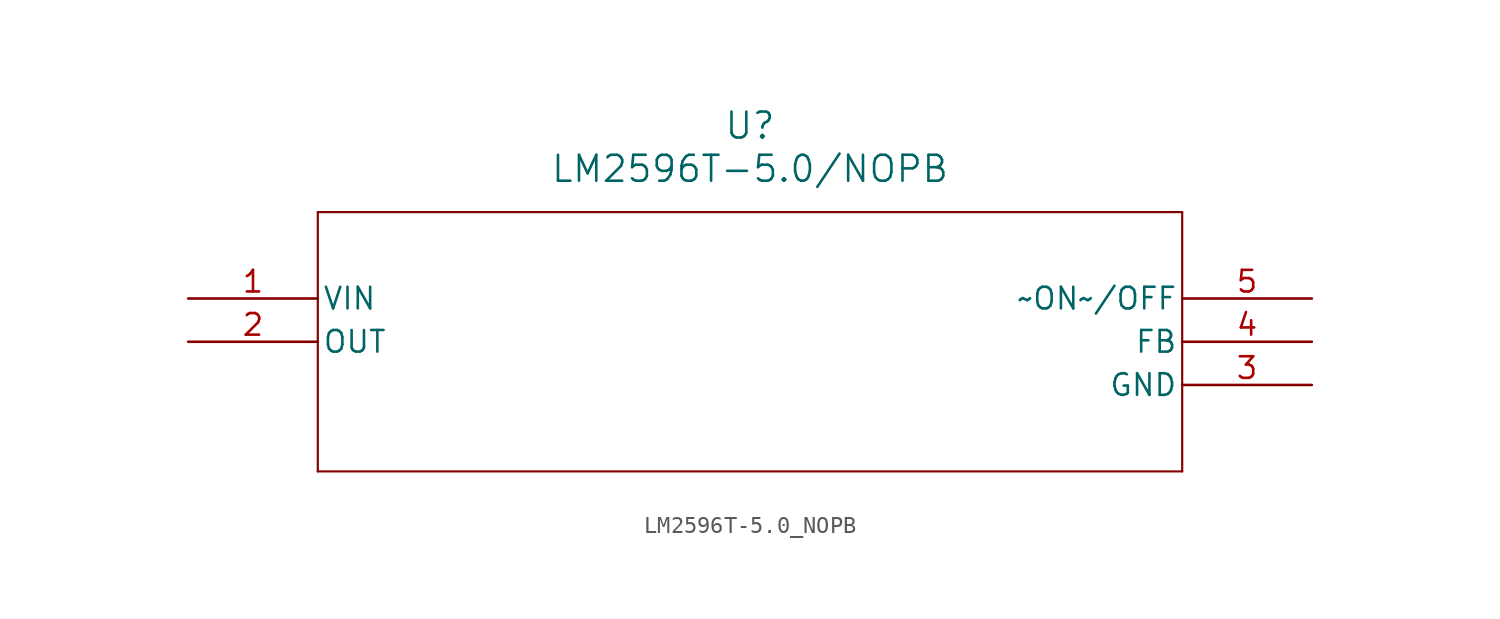
<source format=kicad_sym>
(kicad_symbol_lib
  (version 20211014)
  (generator kicad_symbol_editor)
  (symbol "LM2596T-5.0_NOPB"
    (pin_names
      (offset 0.254))
    (property "Reference" "U"
      (at 33.02 10.16 0)
      (effects (font (size 1.524 1.524))))
    (property "Value" "LM2596T-5.0/NOPB"
      (at 33.02 7.62 0)
      (effects (font (size 1.524 1.524))))
    (symbol "LM2596T-5.0_NOPB_0_1"
      (polyline (pts (xy 7.62 5.08) (xy 7.62 -10.16)) (stroke (width 0.127) (type default) (color 0 0 0 0)) (fill (type none)))
      (polyline (pts (xy 7.62 -10.16) (xy 58.42 -10.16)) (stroke (width 0.127) (type default) (color 0 0 0 0)) (fill (type none)))
      (polyline (pts (xy 58.42 -10.16) (xy 58.42 5.08)) (stroke (width 0.127) (type default) (color 0 0 0 0)) (fill (type none)))
      (polyline (pts (xy 58.42 5.08) (xy 7.62 5.08)) (stroke (width 0.127) (type default) (color 0 0 0 0)) (fill (type none)))
      (pin output line (at 0 0 0) (length 7.62) (name "VIN" (effects (font (size 1.27 1.27)))) (number "1" (effects (font (size 1.27 1.27)))))
      (pin input line (at 0 -2.54 0) (length 7.62) (name "OUT" (effects (font (size 1.27 1.27)))) (number "2" (effects (font (size 1.27 1.27)))))
      (pin passive line (at 66.04 -5.08 180) (length 7.62) (name "GND" (effects (font (size 1.27 1.27)))) (number "3" (effects (font (size 1.27 1.27)))))
      (pin passive line (at 66.04 -2.54 180) (length 7.62) (name "FB" (effects (font (size 1.27 1.27)))) (number "4" (effects (font (size 1.27 1.27)))))
      (pin passive line (at 66.04 0 180) (length 7.62) (name "~ON~/OFF" (effects (font (size 1.27 1.27)))) (number "5" (effects (font (size 1.27 1.27))))))))
</source>
